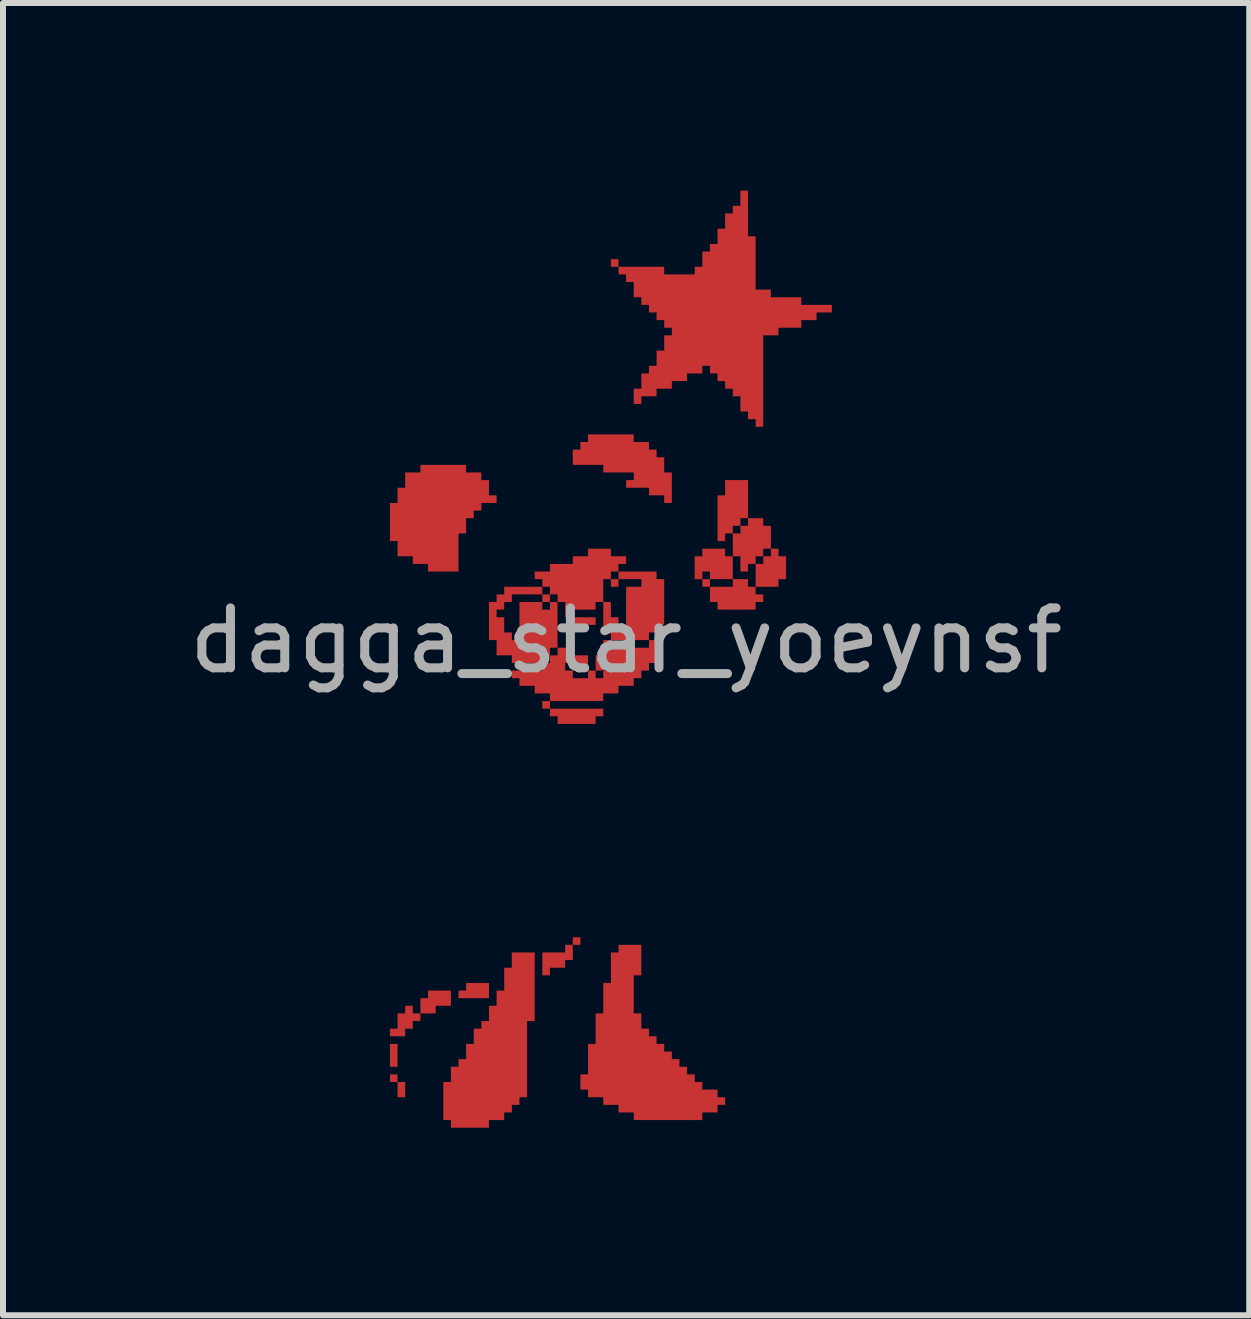
<source format=kicad_pcb>
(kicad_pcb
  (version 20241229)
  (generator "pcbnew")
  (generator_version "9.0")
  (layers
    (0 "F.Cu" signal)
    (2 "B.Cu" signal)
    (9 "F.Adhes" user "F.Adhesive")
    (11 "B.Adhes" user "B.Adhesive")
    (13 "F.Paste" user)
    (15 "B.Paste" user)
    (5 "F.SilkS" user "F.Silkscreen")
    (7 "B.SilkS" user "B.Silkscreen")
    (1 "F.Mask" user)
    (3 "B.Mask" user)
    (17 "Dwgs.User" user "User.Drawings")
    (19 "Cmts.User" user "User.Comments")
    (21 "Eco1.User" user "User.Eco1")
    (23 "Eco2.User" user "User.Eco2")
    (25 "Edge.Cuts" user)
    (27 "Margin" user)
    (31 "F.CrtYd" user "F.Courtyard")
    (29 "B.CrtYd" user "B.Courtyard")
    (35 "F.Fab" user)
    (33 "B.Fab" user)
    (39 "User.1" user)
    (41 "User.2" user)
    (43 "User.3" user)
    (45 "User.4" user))
  (footprint "dagga_star_yoeynsf"
    (layer "F.Cu")
    (at 7.387 8.128)
    (property "Reference" "dagga_star_yoeynsf" (at 0 -0.5 0) (unlocked yes) (layer "F.Fab") (effects (font (size 1 1) (thickness 0.15))))
    (attr smd)
    (fp_poly (pts (xy -3.81 6.604) (xy -3.937 6.604) (xy -3.937 6.223) (xy -3.81 6.223)) (stroke (width 0) (type solid)) (fill yes) (layer "F.Cu"))
    (fp_poly (pts (xy -3.81 6.858) (xy -3.937 6.858) (xy -3.937 6.731) (xy -3.81 6.731)) (stroke (width 0) (type solid)) (fill yes) (layer "F.Cu"))
    (fp_poly (pts (xy -3.683 7.112) (xy -3.81 7.112) (xy -3.81 6.858) (xy -3.683 6.858)) (stroke (width 0) (type solid)) (fill yes) (layer "F.Cu"))
    (fp_poly (pts (xy -1.27 -1.143) (xy -1.397 -1.143) (xy -1.397 -1.27) (xy -1.27 -1.27)) (stroke (width 0) (type solid)) (fill yes) (layer "F.Cu"))
    (fp_poly (pts (xy -1.27 0.635) (xy -1.397 0.635) (xy -1.397 0.508) (xy -1.27 0.508)) (stroke (width 0) (type solid)) (fill yes) (layer "F.Cu"))
    (fp_poly (pts (xy -0.889 -0.635) (xy -1.016 -0.635) (xy -1.016 -0.762) (xy -0.889 -0.762)) (stroke (width 0) (type solid)) (fill yes) (layer "F.Cu"))
    (fp_poly (pts (xy -0.762 4.572) (xy -0.889 4.572) (xy -0.889 4.445) (xy -0.762 4.445)) (stroke (width 0) (type solid)) (fill yes) (layer "F.Cu"))
    (fp_poly (pts (xy -0.508 -0.762) (xy -0.889 -0.762) (xy -0.889 -0.889) (xy -0.508 -0.889)) (stroke (width 0) (type solid)) (fill yes) (layer "F.Cu"))
    (fp_poly (pts (xy -0.127 -1.397) (xy -0.254 -1.397) (xy -0.254 -1.524) (xy -0.127 -1.524)) (stroke (width 0) (type solid)) (fill yes) (layer "F.Cu"))
    (fp_poly (pts (xy 1.397 -1.397) (xy 1.27 -1.397) (xy 1.27 -1.524) (xy 1.397 -1.524)) (stroke (width 0) (type solid)) (fill yes) (layer "F.Cu"))
    (fp_poly (pts (xy -2.286 5.461) (xy -2.794 5.461) (xy -2.794 5.334) (xy -2.667 5.334) (xy -2.667 5.207) (xy -2.286 5.207)) (stroke (width 0) (type solid)) (fill yes) (layer "F.Cu"))
    (fp_poly (pts (xy -2.921 5.588) (xy -3.175 5.588) (xy -3.175 5.715) (xy -3.429 5.715) (xy -3.429 5.461) (xy -3.302 5.461) (xy -3.302 5.334) (xy -2.921 5.334)) (stroke (width 0) (type solid)) (fill yes) (layer "F.Cu"))
    (fp_poly (pts (xy -0.381 0.762) (xy -0.508 0.762) (xy -0.508 0.889) (xy -1.143 0.889) (xy -1.143 0.762) (xy -1.27 0.762) (xy -1.27 0.635) (xy -0.381 0.635)) (stroke (width 0) (type solid)) (fill yes) (layer "F.Cu"))
    (fp_poly (pts (xy -1.016 4.572) (xy -0.889 4.572) (xy -0.889 4.826) (xy -1.016 4.826) (xy -1.016 4.953) (xy -1.27 4.953) (xy -1.27 5.08) (xy -1.397 5.08) (xy -1.397 4.699) (xy -1.206 4.699) (xy -1.016 4.699)) (stroke (width 0) (type solid)) (fill yes) (layer "F.Cu"))
    (fp_poly (pts (xy 1.651 -1.905) (xy 1.778 -1.905) (xy 1.778 -1.524) (xy 1.397 -1.524) (xy 1.397 -1.651) (xy 1.27 -1.651) (xy 1.27 -1.524) (xy 1.143 -1.524) (xy 1.143 -1.905) (xy 1.27 -1.905) (xy 1.27 -2.032) (xy 1.651 -2.032)) (stroke (width 0) (type solid)) (fill yes) (layer "F.Cu"))
    (fp_poly (pts (xy 2.032 -2.54) (xy 1.905 -2.54) (xy 1.905 -2.413) (xy 1.778 -2.413) (xy 1.778 -2.286) (xy 1.651 -2.286) (xy 1.651 -2.159) (xy 1.524 -2.159) (xy 1.524 -2.921) (xy 1.651 -2.921) (xy 1.651 -3.175) (xy 2.032 -3.175)) (stroke (width 0) (type solid)) (fill yes) (layer "F.Cu"))
    (fp_poly (pts (xy 2.54 -1.905) (xy 2.667 -1.905) (xy 2.667 -1.524) (xy 2.54 -1.524) (xy 2.54 -1.397) (xy 2.159 -1.397) (xy 2.159 -1.778) (xy 2.286 -1.778) (xy 2.286 -1.905) (xy 2.413 -1.905) (xy 2.413 -2.032) (xy 2.54 -2.032)) (stroke (width 0) (type solid)) (fill yes) (layer "F.Cu"))
    (fp_poly (pts (xy -3.81 5.715) (xy -3.683 5.715) (xy -3.683 5.588) (xy -3.556 5.588) (xy -3.556 5.715) (xy -3.429 5.715) (xy -3.429 5.842) (xy -3.556 5.842) (xy -3.556 5.969) (xy -3.683 5.969) (xy -3.683 6.096) (xy -3.937 6.096) (xy -3.937 5.969) (xy -3.81 5.969)) (stroke (width 0) (type solid)) (fill yes) (layer "F.Cu"))
    (fp_poly (pts (xy 2.032 -1.397) (xy 2.159 -1.397) (xy 2.159 -1.27) (xy 2.286 -1.27) (xy 2.286 -1.143) (xy 2.159 -1.143) (xy 2.159 -1.016) (xy 1.524 -1.016) (xy 1.524 -1.143) (xy 1.397 -1.143) (xy 1.397 -1.397) (xy 1.778 -1.397) (xy 1.778 -1.524) (xy 2.032 -1.524)) (stroke (width 0) (type solid)) (fill yes) (layer "F.Cu"))
    (fp_poly (pts (xy 1.905 -2.413) (xy 2.032 -2.413) (xy 2.032 -2.54) (xy 2.286 -2.54) (xy 2.286 -2.413) (xy 2.413 -2.413) (xy 2.413 -2.032) (xy 2.286 -2.032) (xy 2.286 -1.905) (xy 2.159 -1.905) (xy 2.159 -1.778) (xy 2.032 -1.778) (xy 2.032 -1.651) (xy 1.905 -1.651) (xy 1.905 -1.905) (xy 1.778 -1.905) (xy 1.778 -2.286) (xy 1.905 -2.286)) (stroke (width 0) (type solid)) (fill yes) (layer "F.Cu"))
    (fp_poly (pts (xy 0.508 -1.524) (xy 0.635 -1.524) (xy 0.635 -0.762) (xy 0.508 -0.762) (xy 0.508 -0.635) (xy 0.381 -0.635) (xy 0.381 -0.508) (xy -0.254 -0.508) (xy -0.254 -0.635) (xy -0.381 -0.635) (xy -0.381 -1.143) (xy -0.254 -1.143) (xy -0.254 -0.889) (xy -0.127 -0.889) (xy -0.127 -0.762) (xy 0 -0.762) (xy 0 -1.397) (xy 0.254 -1.397) (xy 0.254 -1.524) (xy -0.127 -1.524) (xy -0.127 -1.651) (xy 0.508 -1.651)) (stroke (width 0) (type solid)) (fill yes) (layer "F.Cu"))
    (fp_poly (pts (xy 0.127 -3.81) (xy 0.381 -3.81) (xy 0.381 -3.683) (xy 0.508 -3.683) (xy 0.508 -3.556) (xy 0.635 -3.556) (xy 0.635 -3.302) (xy 0.762 -3.302) (xy 0.762 -2.794) (xy 0.635 -2.794) (xy 0.635 -2.921) (xy 0.381 -2.921) (xy 0.381 -3.048) (xy 0 -3.048) (xy 0 -3.175) (xy 0.127 -3.175) (xy 0.127 -3.302) (xy -0.381 -3.302) (xy -0.381 -3.429) (xy -0.889 -3.429) (xy -0.889 -3.683) (xy -0.762 -3.683) (xy -0.762 -3.81) (xy -0.635 -3.81) (xy -0.635 -3.937) (xy 0.127 -3.937)) (stroke (width 0) (type solid)) (fill yes) (layer "F.Cu"))
    (fp_poly (pts (xy -2.667 -3.302) (xy -2.413 -3.302) (xy -2.413 -3.175) (xy -2.286 -3.175) (xy -2.286 -2.921) (xy -2.159 -2.921) (xy -2.159 -2.794) (xy -2.413 -2.794) (xy -2.413 -2.667) (xy -2.54 -2.667) (xy -2.54 -2.54) (xy -2.667 -2.54) (xy -2.667 -2.286) (xy -2.794 -2.286) (xy -2.794 -1.651) (xy -3.302 -1.651) (xy -3.302 -1.778) (xy -3.556 -1.778) (xy -3.556 -1.905) (xy -3.81 -1.905) (xy -3.81 -2.159) (xy -3.937 -2.159) (xy -3.937 -2.794) (xy -3.81 -2.794) (xy -3.81 -3.048) (xy -3.683 -3.048) (xy -3.683 -3.302) (xy -3.429 -3.302) (xy -3.429 -3.429) (xy -2.667 -3.429)) (stroke (width 0) (type solid)) (fill yes) (layer "F.Cu"))
    (fp_poly (pts (xy -1.27 -1.778) (xy -0.889 -1.778) (xy -0.889 -1.905) (xy -0.635 -1.905) (xy -0.635 -2.032) (xy -0.254 -2.032) (xy -0.254 -1.905) (xy 0 -1.905) (xy 0 -1.778) (xy -0.127 -1.778) (xy -0.127 -1.651) (xy -0.254 -1.651) (xy -0.254 -1.524) (xy -0.381 -1.524) (xy -0.381 -1.143) (xy -0.508 -1.143) (xy -0.508 -1.016) (xy -0.889 -1.016) (xy -0.889 -0.889) (xy -1.016 -0.889) (xy -1.016 -1.143) (xy -1.143 -1.143) (xy -1.143 -1.27) (xy -1.27 -1.27) (xy -1.27 -1.397) (xy -1.397 -1.397) (xy -1.397 -1.524) (xy -1.524 -1.524) (xy -1.524 -1.651) (xy -1.27 -1.651)) (stroke (width 0) (type solid)) (fill yes) (layer "F.Cu"))
    (fp_poly (pts (xy -1.397 -1.27) (xy -1.905 -1.27) (xy -1.905 -1.143) (xy -2.032 -1.143) (xy -2.032 -1.016) (xy -2.159 -1.016) (xy -2.159 -0.889) (xy -2.032 -0.889) (xy -2.032 -0.635) (xy -1.905 -0.635) (xy -1.905 -0.508) (xy -1.778 -0.508) (xy -1.778 -1.143) (xy -1.397 -1.143) (xy -1.397 -1.016) (xy -1.27 -1.016) (xy -1.27 -1.143) (xy -1.143 -1.143) (xy -1.143 -0.381) (xy -1.27 -0.381) (xy -1.27 -0.254) (xy -1.397 -0.254) (xy -1.397 -0.127) (xy -1.905 -0.127) (xy -1.905 -0.254) (xy -2.159 -0.254) (xy -2.159 -0.508) (xy -2.286 -0.508) (xy -2.286 -1.143) (xy -2.159 -1.143) (xy -2.159 -1.27) (xy -2.032 -1.27) (xy -2.032 -1.397) (xy -1.397 -1.397)) (stroke (width 0) (type solid)) (fill yes) (layer "F.Cu"))
    (fp_poly (pts (xy -1.524 5.842) (xy -1.651 5.842) (xy -1.651 7.112) (xy -1.778 7.112) (xy -1.778 7.239) (xy -1.905 7.239) (xy -1.905 7.366) (xy -2.032 7.366) (xy -2.032 7.493) (xy -2.286 7.493) (xy -2.286 7.62) (xy -2.921 7.62) (xy -2.921 7.493) (xy -3.048 7.493) (xy -3.048 6.858) (xy -2.921 6.858) (xy -2.921 6.604) (xy -2.794 6.604) (xy -2.794 6.477) (xy -2.667 6.477) (xy -2.667 6.223) (xy -2.54 6.223) (xy -2.54 5.969) (xy -2.413 5.969) (xy -2.413 5.842) (xy -2.286 5.842) (xy -2.286 5.588) (xy -2.159 5.588) (xy -2.159 5.334) (xy -2.032 5.334) (xy -2.032 4.953) (xy -1.905 4.953) (xy -1.905 4.826) (xy -1.905 4.699) (xy -1.524 4.699)) (stroke (width 0) (type solid)) (fill yes) (layer "F.Cu"))
    (fp_poly (pts (xy 0.254 5.08) (xy 0.127 5.08) (xy 0.127 5.715) (xy 0.254 5.715) (xy 0.254 5.969) (xy 0.381 5.969) (xy 0.381 6.096) (xy 0.508 6.096) (xy 0.508 6.16) (xy 0.508 6.223) (xy 0.635 6.223) (xy 0.635 6.35) (xy 0.762 6.35) (xy 0.762 6.477) (xy 0.889 6.477) (xy 0.889 6.604) (xy 1.016 6.604) (xy 1.016 6.731) (xy 1.143 6.731) (xy 1.143 6.858) (xy 1.27 6.858) (xy 1.27 6.985) (xy 1.524 6.985) (xy 1.524 7.112) (xy 1.651 7.112) (xy 1.651 7.239) (xy 1.524 7.239) (xy 1.524 7.366) (xy 1.27 7.366) (xy 1.27 7.493) (xy 0.127 7.493) (xy 0.127 7.366) (xy -0.127 7.366) (xy -0.127 7.239) (xy -0.381 7.239) (xy -0.381 7.112) (xy -0.635 7.112) (xy -0.635 6.985) (xy -0.762 6.985) (xy -0.762 6.731) (xy -0.635 6.731) (xy -0.635 6.223) (xy -0.508 6.223) (xy -0.508 5.715) (xy -0.381 5.715) (xy -0.381 5.207) (xy -0.254 5.207) (xy -0.254 4.699) (xy -0.127 4.699) (xy -0.127 4.572) (xy 0.254 4.572)) (stroke (width 0) (type solid)) (fill yes) (layer "F.Cu"))
    (fp_poly (pts (xy -1.397 -0.127) (xy -1.27 -0.127) (xy -1.27 -0.254) (xy -1.143 -0.254) (xy -1.143 -0.381) (xy -0.889 -0.381) (xy -0.889 -0.254) (xy -0.635 -0.254) (xy -0.635 0) (xy -0.889 0) (xy -0.889 -0.127) (xy -1.016 -0.127) (xy -1.016 0) (xy -0.889 0) (xy -0.889 0.127) (xy -0.635 0.127) (xy -0.635 0) (xy -0.508 0) (xy -0.508 0.127) (xy -0.381 0.127) (xy -0.381 0) (xy -0.254 0) (xy -0.254 -0.127) (xy -0.381 -0.127) (xy -0.381 0) (xy -0.508 0) (xy -0.508 -0.254) (xy -0.381 -0.254) (xy -0.381 -0.508) (xy -0.254 -0.508) (xy -0.254 -0.381) (xy 0.381 -0.381) (xy 0.381 -0.508) (xy 0.508 -0.508) (xy 0.508 -0.127) (xy 0.381 -0.127) (xy 0.381 0) (xy 0.254 0) (xy 0.254 0.127) (xy 0.127 0.127) (xy 0.127 0.254) (xy -0.127 0.254) (xy -0.127 0.381) (xy -0.381 0.381) (xy -0.381 0.508) (xy -1.27 0.508) (xy -1.27 0.381) (xy -1.524 0.381) (xy -1.524 0.254) (xy -1.778 0.254) (xy -1.778 0.127) (xy -1.905 0.127) (xy -1.905 0) (xy -1.397 0)) (stroke (width 0) (type solid)) (fill yes) (layer "F.Cu"))
    (fp_poly (pts (xy 2.032 -7.239) (xy 2.159 -7.239) (xy 2.159 -6.35) (xy 2.413 -6.35) (xy 2.413 -6.223) (xy 2.921 -6.223) (xy 2.921 -6.096) (xy 3.429 -6.096) (xy 3.429 -5.969) (xy 3.175 -5.969) (xy 3.175 -5.842) (xy 2.921 -5.842) (xy 2.921 -5.715) (xy 2.54 -5.715) (xy 2.54 -5.588) (xy 2.286 -5.588) (xy 2.286 -4.064) (xy 2.159 -4.064) (xy 2.159 -4.191) (xy 2.032 -4.191) (xy 2.032 -4.318) (xy 1.905 -4.318) (xy 1.905 -4.572) (xy 1.778 -4.572) (xy 1.778 -4.699) (xy 1.651 -4.699) (xy 1.651 -4.826) (xy 1.524 -4.826) (xy 1.524 -4.953) (xy 1.397 -4.953) (xy 1.397 -5.08) (xy 1.27 -5.08) (xy 1.27 -4.953) (xy 1.016 -4.953) (xy 1.016 -4.826) (xy 0.762 -4.826) (xy 0.762 -4.699) (xy 0.508 -4.699) (xy 0.508 -4.572) (xy 0.254 -4.572) (xy 0.254 -4.445) (xy 0.127 -4.445) (xy 0.127 -4.699) (xy 0.254 -4.699) (xy 0.254 -4.953) (xy 0.381 -4.953) (xy 0.381 -5.08) (xy 0.508 -5.08) (xy 0.508 -5.334) (xy 0.635 -5.334) (xy 0.635 -5.588) (xy 0.762 -5.588) (xy 0.762 -5.715) (xy 0.635 -5.715) (xy 0.635 -5.842) (xy 0.508 -5.842) (xy 0.508 -5.969) (xy 0.381 -5.969) (xy 0.381 -6.096) (xy 0.254 -6.096) (xy 0.254 -6.223) (xy 0.127 -6.223) (xy 0.127 -6.477) (xy 0 -6.477) (xy 0 -6.604) (xy -0.127 -6.604) (xy -0.127 -6.731) (xy -0.254 -6.731) (xy -0.254 -6.858) (xy -0.127 -6.858) (xy -0.127 -6.731) (xy 0.635 -6.731) (xy 0.635 -6.604) (xy 1.143 -6.604) (xy 1.143 -6.731) (xy 1.27 -6.731) (xy 1.27 -6.985) (xy 1.397 -6.985) (xy 1.397 -7.112) (xy 1.524 -7.112) (xy 1.524 -7.366) (xy 1.651 -7.366) (xy 1.651 -7.62) (xy 1.778 -7.62) (xy 1.778 -7.747) (xy 1.905 -7.747) (xy 1.905 -8.001) (xy 2.032 -8.001)) (stroke (width 0) (type solid)) (fill yes) (layer "F.Cu"))
    (fp_poly (pts (xy -3.81 6.604) (xy -3.937 6.604) (xy -3.937 6.223) (xy -3.81 6.223)) (stroke (width 0) (type solid)) (fill yes) (layer "F.Mask"))
    (fp_poly (pts (xy -3.81 6.858) (xy -3.937 6.858) (xy -3.937 6.731) (xy -3.81 6.731)) (stroke (width 0) (type solid)) (fill yes) (layer "F.Mask"))
    (fp_poly (pts (xy -3.683 7.112) (xy -3.81 7.112) (xy -3.81 6.858) (xy -3.683 6.858)) (stroke (width 0) (type solid)) (fill yes) (layer "F.Mask"))
    (fp_poly (pts (xy -2.667 0.635) (xy -2.794 0.635) (xy -2.794 0.254) (xy -2.667 0.254)) (stroke (width 0) (type solid)) (fill yes) (layer "F.Mask"))
    (fp_poly (pts (xy -1.397 -3.556) (xy -1.524 -3.556) (xy -1.524 -3.937) (xy -1.397 -3.937)) (stroke (width 0) (type solid)) (fill yes) (layer "F.Mask"))
    (fp_poly (pts (xy -1.27 -1.778) (xy -1.397 -1.778) (xy -1.397 -1.905) (xy -1.27 -1.905)) (stroke (width 0) (type solid)) (fill yes) (layer "F.Mask"))
    (fp_poly (pts (xy -1.27 -1.143) (xy -1.397 -1.143) (xy -1.397 -1.27) (xy -1.27 -1.27)) (stroke (width 0) (type solid)) (fill yes) (layer "F.Mask"))
    (fp_poly (pts (xy -1.27 0.635) (xy -1.397 0.635) (xy -1.397 0.508) (xy -1.27 0.508)) (stroke (width 0) (type solid)) (fill yes) (layer "F.Mask"))
    (fp_poly (pts (xy -0.889 -0.635) (xy -1.016 -0.635) (xy -1.016 -0.762) (xy -0.889 -0.762)) (stroke (width 0) (type solid)) (fill yes) (layer "F.Mask"))
    (fp_poly (pts (xy -0.762 4.572) (xy -0.889 4.572) (xy -0.889 4.445) (xy -0.762 4.445)) (stroke (width 0) (type solid)) (fill yes) (layer "F.Mask"))
    (fp_poly (pts (xy -0.508 -0.762) (xy -0.889 -0.762) (xy -0.889 -0.889) (xy -0.508 -0.889)) (stroke (width 0) (type solid)) (fill yes) (layer "F.Mask"))
    (fp_poly (pts (xy -0.127 -1.397) (xy -0.254 -1.397) (xy -0.254 -1.524) (xy -0.127 -1.524)) (stroke (width 0) (type solid)) (fill yes) (layer "F.Mask"))
    (fp_poly (pts (xy 0.127 -1.905) (xy 0 -1.905) (xy 0 -2.032) (xy 0.127 -2.032)) (stroke (width 0) (type solid)) (fill yes) (layer "F.Mask"))
    (fp_poly (pts (xy 0.381 1.143) (xy 0.254 1.143) (xy 0.254 1.016) (xy 0.381 1.016)) (stroke (width 0) (type solid)) (fill yes) (layer "F.Mask"))
    (fp_poly (pts (xy 0.508 0.889) (xy 0.381 0.889) (xy 0.381 0.762) (xy 0.508 0.762)) (stroke (width 0) (type solid)) (fill yes) (layer "F.Mask"))
    (fp_poly (pts (xy 0.635 -2.667) (xy 0.508 -2.667) (xy 0.508 -2.794) (xy 0.635 -2.794)) (stroke (width 0) (type solid)) (fill yes) (layer "F.Mask"))
    (fp_poly (pts (xy 1.397 -1.397) (xy 1.27 -1.397) (xy 1.27 -1.524) (xy 1.397 -1.524)) (stroke (width 0) (type solid)) (fill yes) (layer "F.Mask"))
    (fp_poly (pts (xy -2.286 5.461) (xy -2.794 5.461) (xy -2.794 5.334) (xy -2.667 5.334) (xy -2.667 5.207) (xy -2.286 5.207)) (stroke (width 0) (type solid)) (fill yes) (layer "F.Mask"))
    (fp_poly (pts (xy -1.143 -2.032) (xy -1.016 -2.032) (xy -1.016 -1.905) (xy -1.27 -1.905) (xy -1.27 -2.286) (xy -1.143 -2.286)) (stroke (width 0) (type solid)) (fill yes) (layer "F.Mask"))
    (fp_poly (pts (xy -0.889 -3.683) (xy -1.016 -3.683) (xy -1.016 -3.556) (xy -1.143 -3.556) (xy -1.143 -3.683) (xy -1.143 -3.81) (xy -0.889 -3.81)) (stroke (width 0) (type solid)) (fill yes) (layer "F.Mask"))
    (fp_poly (pts (xy -2.921 5.588) (xy -3.175 5.588) (xy -3.175 5.715) (xy -3.429 5.715) (xy -3.429 5.461) (xy -3.302 5.461) (xy -3.302 5.334) (xy -2.921 5.334)) (stroke (width 0) (type solid)) (fill yes) (layer "F.Mask"))
    (fp_poly (pts (xy -0.381 0.762) (xy -0.508 0.762) (xy -0.508 0.889) (xy -1.143 0.889) (xy -1.143 0.762) (xy -1.27 0.762) (xy -1.27 0.635) (xy -0.381 0.635)) (stroke (width 0) (type solid)) (fill yes) (layer "F.Mask"))
    (fp_poly (pts (xy -1.016 4.572) (xy -0.889 4.572) (xy -0.889 4.826) (xy -1.016 4.826) (xy -1.016 4.953) (xy -1.27 4.953) (xy -1.27 5.08) (xy -1.397 5.08) (xy -1.397 4.699) (xy -1.206 4.699) (xy -1.016 4.699)) (stroke (width 0) (type solid)) (fill yes) (layer "F.Mask"))
    (fp_poly (pts (xy -2.159 1.143) (xy -2.032 1.143) (xy -2.032 1.397) (xy -2.159 1.397) (xy -2.159 1.524) (xy -2.286 1.524) (xy -2.286 1.397) (xy -2.413 1.397) (xy -2.413 1.27) (xy -2.54 1.27) (xy -2.54 1.016) (xy -2.159 1.016)) (stroke (width 0) (type solid)) (fill yes) (layer "F.Mask"))
    (fp_poly (pts (xy 1.651 -1.905) (xy 1.778 -1.905) (xy 1.778 -1.524) (xy 1.397 -1.524) (xy 1.397 -1.651) (xy 1.27 -1.651) (xy 1.27 -1.524) (xy 1.143 -1.524) (xy 1.143 -1.905) (xy 1.27 -1.905) (xy 1.27 -2.032) (xy 1.651 -2.032)) (stroke (width 0) (type solid)) (fill yes) (layer "F.Mask"))
    (fp_poly (pts (xy 2.032 -2.54) (xy 1.905 -2.54) (xy 1.905 -2.413) (xy 1.778 -2.413) (xy 1.778 -2.286) (xy 1.651 -2.286) (xy 1.651 -2.159) (xy 1.524 -2.159) (xy 1.524 -2.921) (xy 1.651 -2.921) (xy 1.651 -3.175) (xy 2.032 -3.175)) (stroke (width 0) (type solid)) (fill yes) (layer "F.Mask"))
    (fp_poly (pts (xy 2.54 -1.905) (xy 2.667 -1.905) (xy 2.667 -1.524) (xy 2.54 -1.524) (xy 2.54 -1.397) (xy 2.159 -1.397) (xy 2.159 -1.778) (xy 2.286 -1.778) (xy 2.286 -1.905) (xy 2.413 -1.905) (xy 2.413 -2.032) (xy 2.54 -2.032)) (stroke (width 0) (type solid)) (fill yes) (layer "F.Mask"))
    (fp_poly (pts (xy -3.81 5.715) (xy -3.683 5.715) (xy -3.683 5.588) (xy -3.556 5.588) (xy -3.556 5.715) (xy -3.429 5.715) (xy -3.429 5.842) (xy -3.556 5.842) (xy -3.556 5.969) (xy -3.683 5.969) (xy -3.683 6.096) (xy -3.937 6.096) (xy -3.937 5.969) (xy -3.81 5.969)) (stroke (width 0) (type solid)) (fill yes) (layer "F.Mask"))
    (fp_poly (pts (xy 0.635 1.016) (xy 0.762 1.016) (xy 0.762 1.27) (xy 0.889 1.27) (xy 0.889 1.524) (xy 1.016 1.524) (xy 1.016 1.651) (xy 0.762 1.651) (xy 0.762 1.397) (xy 0.635 1.397) (xy 0.635 1.143) (xy 0.508 1.143) (xy 0.508 0.889) (xy 0.635 0.889)) (stroke (width 0) (type solid)) (fill yes) (layer "F.Mask"))
    (fp_poly (pts (xy 1.524 -0.127) (xy 1.651 -0.127) (xy 1.651 -0.254) (xy 2.032 -0.254) (xy 2.032 -0.381) (xy 2.159 -0.381) (xy 2.159 -0.508) (xy 2.286 -0.508) (xy 2.286 0) (xy 2.159 0) (xy 2.159 0.127) (xy 1.397 0.127) (xy 1.397 0) (xy 1.524 0)) (stroke (width 0) (type solid)) (fill yes) (layer "F.Mask"))
    (fp_poly (pts (xy 2.032 -1.397) (xy 2.159 -1.397) (xy 2.159 -1.27) (xy 2.286 -1.27) (xy 2.286 -1.143) (xy 2.159 -1.143) (xy 2.159 -1.016) (xy 1.524 -1.016) (xy 1.524 -1.143) (xy 1.397 -1.143) (xy 1.397 -1.397) (xy 1.778 -1.397) (xy 1.778 -1.524) (xy 2.032 -1.524)) (stroke (width 0) (type solid)) (fill yes) (layer "F.Mask"))
    (fp_poly (pts (xy -0.508 -2.413) (xy -0.254 -2.413) (xy -0.254 -2.286) (xy -0.127 -2.286) (xy -0.127 -2.159) (xy 0 -2.159) (xy 0 -2.032) (xy -0.254 -2.032) (xy -0.254 -2.159) (xy -0.635 -2.159) (xy -0.635 -2.032) (xy -0.762 -2.032) (xy -0.762 -2.286) (xy -0.635 -2.286) (xy -0.635 -2.54) (xy -0.508 -2.54)) (stroke (width 0) (type solid)) (fill yes) (layer "F.Mask"))
    (fp_poly (pts (xy 0.889 -2.54) (xy 1.016 -2.54) (xy 1.016 -2.413) (xy 1.143 -2.413) (xy 1.143 -2.286) (xy 1.27 -2.286) (xy 1.27 -2.032) (xy 1.016 -2.032) (xy 1.016 -2.286) (xy 0.889 -2.286) (xy 0.889 -2.413) (xy 0.762 -2.413) (xy 0.762 -2.54) (xy 0.635 -2.54) (xy 0.635 -2.667) (xy 0.889 -2.667)) (stroke (width 0) (type solid)) (fill yes) (layer "F.Mask"))
    (fp_poly (pts (xy 1.27 0.635) (xy 1.524 0.635) (xy 1.524 0.762) (xy 2.032 0.762) (xy 2.032 1.016) (xy 1.905 1.016) (xy 1.905 1.143) (xy 1.397 1.143) (xy 1.397 1.016) (xy 1.27 1.016) (xy 1.27 0.889) (xy 1.143 0.889) (xy 1.143 0.635) (xy 1.016 0.635) (xy 1.016 0.508) (xy 1.27 0.508)) (stroke (width 0) (type solid)) (fill yes) (layer "F.Mask"))
    (fp_poly (pts (xy 1.905 -2.413) (xy 2.032 -2.413) (xy 2.032 -2.54) (xy 2.286 -2.54) (xy 2.286 -2.413) (xy 2.413 -2.413) (xy 2.413 -2.032) (xy 2.286 -2.032) (xy 2.286 -1.905) (xy 2.159 -1.905) (xy 2.159 -1.778) (xy 2.032 -1.778) (xy 2.032 -1.651) (xy 1.905 -1.651) (xy 1.905 -1.905) (xy 1.778 -1.905) (xy 1.778 -2.286) (xy 1.905 -2.286)) (stroke (width 0) (type solid)) (fill yes) (layer "F.Mask"))
    (fp_poly (pts (xy -3.429 2.54) (xy -3.302 2.54) (xy -3.302 2.667) (xy -3.175 2.667) (xy -3.175 2.794) (xy -2.54 2.794) (xy -2.54 2.667) (xy -2.413 2.667) (xy -2.413 2.921) (xy -2.54 2.921) (xy -2.54 3.048) (xy -2.667 3.048) (xy -2.667 3.175) (xy -3.302 3.175) (xy -3.302 3.048) (xy -3.429 3.048) (xy -3.429 2.794) (xy -3.556 2.794) (xy -3.556 2.413) (xy -3.429 2.413)) (stroke (width 0) (type solid)) (fill yes) (layer "F.Mask"))
    (fp_poly (pts (xy -3.048 1.651) (xy -2.921 1.651) (xy -2.921 1.778) (xy -2.794 1.778) (xy -2.794 1.905) (xy -2.54 1.905) (xy -2.54 2.032) (xy -2.286 2.032) (xy -2.286 2.159) (xy -2.413 2.159) (xy -2.413 2.413) (xy -2.794 2.413) (xy -2.794 2.286) (xy -3.048 2.286) (xy -3.048 2.159) (xy -3.175 2.159) (xy -3.175 2.032) (xy -3.302 2.032) (xy -3.302 1.524) (xy -3.048 1.524)) (stroke (width 0) (type solid)) (fill yes) (layer "F.Mask"))
    (fp_poly (pts (xy 0.254 1.27) (xy 0.127 1.27) (xy 0.127 1.397) (xy 0 1.397) (xy 0 1.524) (xy -0.254 1.524) (xy -0.254 1.651) (xy -1.524 1.651) (xy -1.524 1.524) (xy -1.778 1.524) (xy -1.778 1.397) (xy -1.651 1.397) (xy -1.651 1.27) (xy -1.524 1.27) (xy -1.524 1.397) (xy -0.254 1.397) (xy -0.254 1.27) (xy 0 1.27) (xy 0 1.143) (xy 0.254 1.143)) (stroke (width 0) (type solid)) (fill yes) (layer "F.Mask"))
    (fp_poly (pts (xy 0.508 -1.524) (xy 0.635 -1.524) (xy 0.635 -0.762) (xy 0.508 -0.762) (xy 0.508 -0.635) (xy 0.381 -0.635) (xy 0.381 -0.508) (xy -0.254 -0.508) (xy -0.254 -0.635) (xy -0.381 -0.635) (xy -0.381 -1.143) (xy -0.254 -1.143) (xy -0.254 -0.889) (xy -0.127 -0.889) (xy -0.127 -0.762) (xy 0 -0.762) (xy 0 -1.397) (xy 0.254 -1.397) (xy 0.254 -1.524) (xy -0.127 -1.524) (xy -0.127 -1.651) (xy 0.508 -1.651)) (stroke (width 0) (type solid)) (fill yes) (layer "F.Mask"))
    (fp_poly (pts (xy -3.175 0.889) (xy -2.921 0.889) (xy -2.921 1.016) (xy -2.794 1.016) (xy -2.794 1.143) (xy -3.048 1.143) (xy -3.048 1.27) (xy -3.175 1.27) (xy -3.175 1.397) (xy -3.302 1.397) (xy -3.302 1.524) (xy -3.429 1.524) (xy -3.429 1.778) (xy -3.556 1.778) (xy -3.556 1.905) (xy -3.683 1.905) (xy -3.683 1.397) (xy -3.556 1.397) (xy -3.556 1.143) (xy -3.429 1.143) (xy -3.429 0.889) (xy -3.302 0.889) (xy -3.302 0.762) (xy -3.175 0.762)) (stroke (width 0) (type solid)) (fill yes) (layer "F.Mask"))
    (fp_poly (pts (xy -2.032 3.429) (xy -1.778 3.429) (xy -1.778 3.556) (xy -1.524 3.556) (xy -1.524 3.683) (xy -1.143 3.683) (xy -1.143 3.81) (xy -0.254 3.81) (xy -0.254 3.937) (xy -0.635 3.937) (xy -0.635 4.064) (xy -0.762 4.064) (xy -0.762 4.191) (xy -0.889 4.191) (xy -0.889 4.445) (xy -1.016 4.445) (xy -1.016 4.572) (xy -2.159 4.572) (xy -2.159 4.445) (xy -2.286 4.445) (xy -2.286 4.191) (xy -2.413 4.191) (xy -2.413 3.302) (xy -2.032 3.302)) (stroke (width 0) (type solid)) (fill yes) (layer "F.Mask"))
    (fp_poly (pts (xy 0.127 -3.81) (xy 0.381 -3.81) (xy 0.381 -3.683) (xy 0.508 -3.683) (xy 0.508 -3.556) (xy 0.635 -3.556) (xy 0.635 -3.302) (xy 0.762 -3.302) (xy 0.762 -2.794) (xy 0.635 -2.794) (xy 0.635 -2.921) (xy 0.381 -2.921) (xy 0.381 -3.048) (xy 0 -3.048) (xy 0 -3.175) (xy 0.127 -3.175) (xy 0.127 -3.302) (xy -0.381 -3.302) (xy -0.381 -3.429) (xy -0.889 -3.429) (xy -0.889 -3.683) (xy -0.762 -3.683) (xy -0.762 -3.81) (xy -0.635 -3.81) (xy -0.635 -3.937) (xy 0.127 -3.937)) (stroke (width 0) (type solid)) (fill yes) (layer "F.Mask"))
    (fp_poly (pts (xy 0.127 3.556) (xy 0.254 3.556) (xy 0.254 3.429) (xy 0.508 3.429) (xy 0.508 3.302) (xy 0.635 3.302) (xy 0.635 3.175) (xy 0.762 3.175) (xy 0.762 3.048) (xy 0.889 3.048) (xy 0.889 2.794) (xy 1.016 2.794) (xy 1.016 2.921) (xy 1.143 2.921) (xy 1.143 4.064) (xy 1.016 4.064) (xy 1.016 4.318) (xy 0.889 4.318) (xy 0.889 4.445) (xy -0.127 4.445) (xy -0.127 4.318) (xy -0.254 4.318) (xy -0.254 3.937) (xy 0 3.937) (xy 0 3.81) (xy -0.254 3.81) (xy -0.254 3.683) (xy 0.127 3.683)) (stroke (width 0) (type solid)) (fill yes) (layer "F.Mask"))
    (fp_poly (pts (xy -3.302 -1.524) (xy -2.794 -1.524) (xy -2.794 -1.397) (xy -2.667 -1.397) (xy -2.667 -1.143) (xy -2.794 -1.143) (xy -2.794 -1.016) (xy -2.921 -1.016) (xy -2.921 -0.635) (xy -3.048 -0.635) (xy -3.048 0.254) (xy -2.921 0.254) (xy -2.921 0.508) (xy -3.048 0.508) (xy -3.048 0.381) (xy -3.175 0.381) (xy -3.175 0.254) (xy -3.302 0.254) (xy -3.302 0.127) (xy -3.429 0.127) (xy -3.429 0) (xy -3.556 0) (xy -3.556 -0.254) (xy -3.683 -0.254) (xy -3.683 -1.016) (xy -3.556 -1.016) (xy -3.556 -1.397) (xy -3.429 -1.397) (xy -3.429 -1.651) (xy -3.302 -1.651)) (stroke (width 0) (type solid)) (fill yes) (layer "F.Mask"))
    (fp_poly (pts (xy -2.667 -3.302) (xy -2.413 -3.302) (xy -2.413 -3.175) (xy -2.286 -3.175) (xy -2.286 -2.921) (xy -2.159 -2.921) (xy -2.159 -2.794) (xy -2.413 -2.794) (xy -2.413 -2.667) (xy -2.54 -2.667) (xy -2.54 -2.54) (xy -2.667 -2.54) (xy -2.667 -2.286) (xy -2.794 -2.286) (xy -2.794 -1.651) (xy -3.302 -1.651) (xy -3.302 -1.778) (xy -3.556 -1.778) (xy -3.556 -1.905) (xy -3.81 -1.905) (xy -3.81 -2.159) (xy -3.937 -2.159) (xy -3.937 -2.794) (xy -3.81 -2.794) (xy -3.81 -3.048) (xy -3.683 -3.048) (xy -3.683 -3.302) (xy -3.429 -3.302) (xy -3.429 -3.429) (xy -2.667 -3.429)) (stroke (width 0) (type solid)) (fill yes) (layer "F.Mask"))
    (fp_poly (pts (xy -1.27 -1.778) (xy -0.889 -1.778) (xy -0.889 -1.905) (xy -0.635 -1.905) (xy -0.635 -2.032) (xy -0.254 -2.032) (xy -0.254 -1.905) (xy 0 -1.905) (xy 0 -1.778) (xy -0.127 -1.778) (xy -0.127 -1.651) (xy -0.254 -1.651) (xy -0.254 -1.524) (xy -0.381 -1.524) (xy -0.381 -1.143) (xy -0.508 -1.143) (xy -0.508 -1.016) (xy -0.889 -1.016) (xy -0.889 -0.889) (xy -1.016 -0.889) (xy -1.016 -1.143) (xy -1.143 -1.143) (xy -1.143 -1.27) (xy -1.27 -1.27) (xy -1.27 -1.397) (xy -1.397 -1.397) (xy -1.397 -1.524) (xy -1.524 -1.524) (xy -1.524 -1.651) (xy -1.27 -1.651)) (stroke (width 0) (type solid)) (fill yes) (layer "F.Mask"))
    (fp_poly (pts (xy 1.143 -0.889) (xy 1.27 -0.889) (xy 1.27 -0.762) (xy 1.397 -0.762) (xy 1.397 -0.508) (xy 1.524 -0.508) (xy 1.524 -0.127) (xy 1.397 -0.127) (xy 1.397 0) (xy 1.27 0) (xy 1.27 -0.381) (xy 1.143 -0.381) (xy 1.143 -0.508) (xy 1.016 -0.508) (xy 1.016 -0.381) (xy 1.143 -0.381) (xy 1.143 0.254) (xy 1.016 0.254) (xy 1.016 0.508) (xy 0.889 0.508) (xy 0.889 0.635) (xy 0.762 0.635) (xy 0.762 0.127) (xy 0.635 0.127) (xy 0.635 -0.762) (xy 0.762 -0.762) (xy 0.762 -0.889) (xy 0.889 -0.889) (xy 0.889 -1.016) (xy 1.143 -1.016)) (stroke (width 0) (type solid)) (fill yes) (layer "F.Mask"))
    (fp_poly (pts (xy -1.397 -1.27) (xy -1.905 -1.27) (xy -1.905 -1.143) (xy -2.032 -1.143) (xy -2.032 -1.016) (xy -2.159 -1.016) (xy -2.159 -0.889) (xy -2.032 -0.889) (xy -2.032 -0.635) (xy -1.905 -0.635) (xy -1.905 -0.508) (xy -1.778 -0.508) (xy -1.778 -1.143) (xy -1.397 -1.143) (xy -1.397 -1.016) (xy -1.27 -1.016) (xy -1.27 -1.143) (xy -1.143 -1.143) (xy -1.143 -0.381) (xy -1.27 -0.381) (xy -1.27 -0.254) (xy -1.397 -0.254) (xy -1.397 -0.127) (xy -1.905 -0.127) (xy -1.905 -0.254) (xy -2.159 -0.254) (xy -2.159 -0.508) (xy -2.286 -0.508) (xy -2.286 -1.143) (xy -2.159 -1.143) (xy -2.159 -1.27) (xy -2.032 -1.27) (xy -2.032 -1.397) (xy -1.397 -1.397)) (stroke (width 0) (type solid)) (fill yes) (layer "F.Mask"))
    (fp_poly (pts (xy -1.524 5.842) (xy -1.651 5.842) (xy -1.651 7.112) (xy -1.778 7.112) (xy -1.778 7.239) (xy -1.905 7.239) (xy -1.905 7.366) (xy -2.032 7.366) (xy -2.032 7.493) (xy -2.286 7.493) (xy -2.286 7.62) (xy -2.921 7.62) (xy -2.921 7.493) (xy -3.048 7.493) (xy -3.048 6.858) (xy -2.921 6.858) (xy -2.921 6.604) (xy -2.794 6.604) (xy -2.794 6.477) (xy -2.667 6.477) (xy -2.667 6.223) (xy -2.54 6.223) (xy -2.54 5.969) (xy -2.413 5.969) (xy -2.413 5.842) (xy -2.286 5.842) (xy -2.286 5.588) (xy -2.159 5.588) (xy -2.159 5.334) (xy -2.032 5.334) (xy -2.032 4.953) (xy -1.905 4.953) (xy -1.905 4.826) (xy -1.905 4.699) (xy -1.524 4.699)) (stroke (width 0) (type solid)) (fill yes) (layer "F.Mask"))
    (fp_poly (pts (xy -1.778 2.286) (xy -1.397 2.286) (xy -1.397 2.413) (xy -0.254 2.413) (xy -0.254 2.286) (xy 0.127 2.286) (xy 0.127 2.032) (xy 0.381 2.032) (xy 0.381 1.905) (xy 0.508 1.905) (xy 0.508 1.778) (xy 0.635 1.778) (xy 0.635 1.651) (xy 0.762 1.651) (xy 0.762 1.905) (xy 0.889 1.905) (xy 0.889 2.159) (xy 0.762 2.159) (xy 0.762 2.413) (xy 0.635 2.413) (xy 0.635 2.54) (xy 0.508 2.54) (xy 0.508 2.667) (xy 0.254 2.667) (xy 0.254 2.794) (xy -0.127 2.794) (xy -0.127 2.921) (xy -0.635 2.921) (xy -0.635 3.048) (xy -1.143 3.048) (xy -1.143 2.921) (xy -1.524 2.921) (xy -1.524 2.794) (xy -1.905 2.794) (xy -1.905 2.667) (xy -2.032 2.667) (xy -2.032 2.54) (xy -2.159 2.54) (xy -2.159 2.159) (xy -1.778 2.159)) (stroke (width 0) (type solid)) (fill yes) (layer "F.Mask"))
    (fp_poly (pts (xy 0.254 5.08) (xy 0.127 5.08) (xy 0.127 5.715) (xy 0.254 5.715) (xy 0.254 5.969) (xy 0.381 5.969) (xy 0.381 6.096) (xy 0.508 6.096) (xy 0.508 6.16) (xy 0.508 6.223) (xy 0.635 6.223) (xy 0.635 6.35) (xy 0.762 6.35) (xy 0.762 6.477) (xy 0.889 6.477) (xy 0.889 6.604) (xy 1.016 6.604) (xy 1.016 6.731) (xy 1.143 6.731) (xy 1.143 6.858) (xy 1.27 6.858) (xy 1.27 6.985) (xy 1.524 6.985) (xy 1.524 7.112) (xy 1.651 7.112) (xy 1.651 7.239) (xy 1.524 7.239) (xy 1.524 7.366) (xy 1.27 7.366) (xy 1.27 7.493) (xy 0.127 7.493) (xy 0.127 7.366) (xy -0.127 7.366) (xy -0.127 7.239) (xy -0.381 7.239) (xy -0.381 7.112) (xy -0.635 7.112) (xy -0.635 6.985) (xy -0.762 6.985) (xy -0.762 6.731) (xy -0.635 6.731) (xy -0.635 6.223) (xy -0.508 6.223) (xy -0.508 5.715) (xy -0.381 5.715) (xy -0.381 5.207) (xy -0.254 5.207) (xy -0.254 4.699) (xy -0.127 4.699) (xy -0.127 4.572) (xy 0.254 4.572)) (stroke (width 0) (type solid)) (fill yes) (layer "F.Mask"))
    (fp_poly (pts (xy -1.397 -0.127) (xy -1.27 -0.127) (xy -1.27 -0.254) (xy -1.143 -0.254) (xy -1.143 -0.381) (xy -0.889 -0.381) (xy -0.889 -0.254) (xy -0.635 -0.254) (xy -0.635 0) (xy -0.889 0) (xy -0.889 -0.127) (xy -1.016 -0.127) (xy -1.016 0) (xy -0.889 0) (xy -0.889 0.127) (xy -0.635 0.127) (xy -0.635 0) (xy -0.508 0) (xy -0.508 0.127) (xy -0.381 0.127) (xy -0.381 0) (xy -0.254 0) (xy -0.254 -0.127) (xy -0.381 -0.127) (xy -0.381 0) (xy -0.508 0) (xy -0.508 -0.254) (xy -0.381 -0.254) (xy -0.381 -0.508) (xy -0.254 -0.508) (xy -0.254 -0.381) (xy 0.381 -0.381) (xy 0.381 -0.508) (xy 0.508 -0.508) (xy 0.508 -0.127) (xy 0.381 -0.127) (xy 0.381 0) (xy 0.254 0) (xy 0.254 0.127) (xy 0.127 0.127) (xy 0.127 0.254) (xy -0.127 0.254) (xy -0.127 0.381) (xy -0.381 0.381) (xy -0.381 0.508) (xy -1.27 0.508) (xy -1.27 0.381) (xy -1.524 0.381) (xy -1.524 0.254) (xy -1.778 0.254) (xy -1.778 0.127) (xy -1.905 0.127) (xy -1.905 0) (xy -1.397 0)) (stroke (width 0) (type solid)) (fill yes) (layer "F.Mask"))
    (fp_poly (pts (xy 2.159 -7.239) (xy 2.286 -7.239) (xy 2.286 -6.477) (xy 2.413 -6.477) (xy 2.413 -6.35) (xy 2.921 -6.35) (xy 2.921 -6.223) (xy 3.429 -6.223) (xy 3.429 -6.096) (xy 3.81 -6.096) (xy 3.81 -5.969) (xy 3.556 -5.969) (xy 3.556 -5.842) (xy 3.175 -5.842) (xy 3.175 -5.715) (xy 2.921 -5.715) (xy 2.921 -5.588) (xy 2.54 -5.588) (xy 2.54 -5.461) (xy 2.413 -5.461) (xy 2.413 -3.937) (xy 2.159 -3.937) (xy 2.159 -4.064) (xy 2.032 -4.064) (xy 2.032 -4.191) (xy 1.905 -4.191) (xy 1.905 -4.318) (xy 1.778 -4.318) (xy 1.778 -4.572) (xy 1.651 -4.572) (xy 1.651 -4.699) (xy 1.524 -4.699) (xy 1.524 -4.826) (xy 1.397 -4.826) (xy 1.397 -4.953) (xy 1.27 -4.953) (xy 1.27 -4.826) (xy 1.016 -4.826) (xy 1.016 -4.699) (xy 0.762 -4.699) (xy 0.762 -4.572) (xy 0.508 -4.572) (xy 0.508 -4.445) (xy 0.254 -4.445) (xy 0.254 -4.318) (xy 0 -4.318) (xy 0 -4.699) (xy 0.127 -4.699) (xy 0.127 -4.953) (xy 0.254 -4.953) (xy 0.254 -5.08) (xy 0.381 -5.08) (xy 0.381 -5.334) (xy 0.508 -5.334) (xy 0.508 -5.588) (xy 0.635 -5.588) (xy 0.635 -5.715) (xy 0.508 -5.715) (xy 0.508 -5.842) (xy 0.381 -5.842) (xy 0.381 -5.969) (xy 0.254 -5.969) (xy 0.254 -6.096) (xy 0.127 -6.096) (xy 0.127 -6.223) (xy 0 -6.223) (xy 0 -6.477) (xy -0.127 -6.477) (xy -0.127 -6.604) (xy -0.254 -6.604) (xy -0.254 -6.731) (xy -0.381 -6.731) (xy -0.381 -6.858) (xy -0.508 -6.858) (xy -0.508 -6.985) (xy -0.127 -6.985) (xy -0.127 -6.858) (xy 0.635 -6.858) (xy 0.635 -6.731) (xy 1.143 -6.731) (xy 1.143 -6.985) (xy 1.27 -6.985) (xy 1.27 -7.112) (xy 1.397 -7.112) (xy 1.397 -7.366) (xy 1.524 -7.366) (xy 1.524 -7.62) (xy 1.651 -7.62) (xy 1.651 -7.747) (xy 1.778 -7.747) (xy 1.778 -8.001) (xy 1.905 -8.001) (xy 1.905 -8.128) (xy 2.159 -8.128)) (stroke (width 0) (type solid)) (fill yes) (layer "F.Mask"))
    (fp_poly (pts (xy -1.778 -3.302) (xy -1.27 -3.302) (xy -1.27 -3.429) (xy -1.143 -3.429) (xy -1.143 -3.302) (xy -0.381 -3.302) (xy -0.381 -3.175) (xy -0.254 -3.175) (xy -0.254 -3.048) (xy -0.381 -3.048) (xy -0.381 -2.921) (xy 0.381 -2.921) (xy 0.381 -2.794) (xy 0.254 -2.794) (xy 0.254 -2.667) (xy 0.508 -2.667) (xy 0.508 -2.603) (xy 0.508 -2.54) (xy 0.635 -2.54) (xy 0.635 -2.413) (xy 0.762 -2.413) (xy 0.762 -2.286) (xy 0.889 -2.286) (xy 0.889 -2.032) (xy 1.016 -2.032) (xy 1.016 -1.778) (xy 0.889 -1.778) (xy 0.889 -1.905) (xy 0.762 -1.905) (xy 0.762 -1.778) (xy 0.889 -1.778) (xy 0.889 -1.524) (xy 1.016 -1.524) (xy 1.016 -1.143) (xy 0.889 -1.143) (xy 0.889 -1.016) (xy 0.762 -1.016) (xy 0.762 -1.524) (xy 0.635 -1.524) (xy 0.635 -1.663) (xy 0.508 -1.651) (xy 0.508 -1.778) (xy 0.254 -1.778) (xy 0.254 -2.032) (xy 0.127 -2.032) (xy 0.127 -2.159) (xy 0 -2.159) (xy 0 -2.286) (xy -0.127 -2.286) (xy -0.127 -2.413) (xy -0.254 -2.413) (xy -0.254 -2.54) (xy -0.508 -2.54) (xy -0.508 -2.667) (xy -0.762 -2.667) (xy -0.762 -2.286) (xy -0.889 -2.286) (xy -0.889 -2.032) (xy -1.016 -2.032) (xy -1.016 -2.286) (xy -1.143 -2.286) (xy -1.143 -2.54) (xy -1.27 -2.54) (xy -1.27 -2.667) (xy -1.397 -2.667) (xy -1.397 -2.794) (xy -1.524 -2.794) (xy -1.524 -2.667) (xy -1.397 -2.667) (xy -1.397 -1.905) (xy -1.524 -1.905) (xy -1.524 -1.651) (xy -1.651 -1.651) (xy -1.651 -1.524) (xy -2.032 -1.524) (xy -2.032 -1.397) (xy -2.286 -1.397) (xy -2.286 -1.778) (xy -2.159 -1.778) (xy -2.159 -2.159) (xy -2.032 -2.159) (xy -2.032 -2.286) (xy -2.159 -2.286) (xy -2.159 -2.159) (xy -2.286 -2.159) (xy -2.286 -1.778) (xy -2.413 -1.778) (xy -2.413 -1.397) (xy -2.286 -1.397) (xy -2.286 -1.143) (xy -2.413 -1.143) (xy -2.413 -0.508) (xy -2.286 -0.508) (xy -2.286 -0.254) (xy -2.159 -0.254) (xy -2.159 -0.127) (xy -2.032 -0.127) (xy -2.032 0.127) (xy -1.905 0.127) (xy -1.905 0.254) (xy -1.778 0.254) (xy -1.778 0.508) (xy -1.651 0.508) (xy -1.651 1.143) (xy -1.778 1.143) (xy -1.778 1.27) (xy -1.905 1.27) (xy -1.905 1.143) (xy -2.032 1.143) (xy -2.032 1.016) (xy -2.159 1.016) (xy -2.159 0.889) (xy -2.413 0.889) (xy -2.413 0.762) (xy -2.54 0.762) (xy -2.54 0.254) (xy -2.667 0.254) (xy -2.667 -0.127) (xy -2.794 -0.127) (xy -2.794 0.254) (xy -2.921 0.254) (xy -2.921 -0.635) (xy -2.794 -0.635) (xy -2.794 -1.016) (xy -2.667 -1.016) (xy -2.667 -1.143) (xy -2.54 -1.143) (xy -2.54 -1.397) (xy -2.667 -1.397) (xy -2.667 -2.286) (xy -2.54 -2.286) (xy -2.54 -2.54) (xy -2.413 -2.54) (xy -2.413 -2.667) (xy -2.159 -2.667) (xy -2.159 -2.794) (xy -1.905 -2.794) (xy -1.905 -2.921) (xy -1.397 -2.921) (xy -1.397 -3.048) (xy -1.905 -3.048) (xy -1.905 -2.921) (xy -2.159 -2.921) (xy -2.159 -3.175) (xy -1.778 -3.175)) (stroke (width 0) (type solid)) (fill yes) (layer "F.Mask"))
    (zone (net_name "") (layer "F.Cu") (hatch edge 0.508) (connect_pads) (min_thickness 0.254) (filled_areas_thickness no) (keepout (tracks allowed) (vias allowed) (pads allowed) (copperpour not_allowed) (footprints allowed)) (placement (enabled no)) (fill) (polygon (pts (xy 9.546 0.889) (xy 9.673 0.889) (xy 9.673 1.651) (xy 9.8 1.651) (xy 9.8 1.778) (xy 10.308 1.778) (xy 10.308 1.905) (xy 10.816 1.905) (xy 10.816 2.032) (xy 11.197 2.032) (xy 11.197 2.159) (xy 10.943 2.159) (xy 10.943 2.286) (xy 10.562 2.286) (xy 10.562 2.413) (xy 10.308 2.413) (xy 10.308 2.54) (xy 9.927 2.54) (xy 9.927 2.667) (xy 9.8 2.667) (xy 9.8 4.191) (xy 9.546 4.191) (xy 9.546 4.064) (xy 9.419 4.064) (xy 9.419 3.937) (xy 9.292 3.937) (xy 9.292 3.81) (xy 9.165 3.81) (xy 9.165 3.556) (xy 9.038 3.556) (xy 9.038 3.429) (xy 8.911 3.429) (xy 8.911 3.302) (xy 8.784 3.302) (xy 8.784 3.175) (xy 8.657 3.175) (xy 8.657 3.302) (xy 8.403 3.302) (xy 8.403 3.429) (xy 8.149 3.429) (xy 8.149 3.556) (xy 7.895 3.556) (xy 7.895 3.683) (xy 7.641 3.683) (xy 7.641 3.81) (xy 7.387 3.81) (xy 7.387 3.429) (xy 7.514 3.429) (xy 7.514 3.175) (xy 7.641 3.175) (xy 7.641 3.048) (xy 7.768 3.048) (xy 7.768 2.794) (xy 7.895 2.794) (xy 7.895 2.54) (xy 8.022 2.54) (xy 8.022 2.413) (xy 7.895 2.413) (xy 7.895 2.286) (xy 7.768 2.286) (xy 7.768 2.159) (xy 7.641 2.159) (xy 7.641 2.032) (xy 7.514 2.032) (xy 7.514 1.905) (xy 7.387 1.905) (xy 7.387 1.651) (xy 7.26 1.651) (xy 7.26 1.524) (xy 7.133 1.524) (xy 7.133 1.397) (xy 7.006 1.397) (xy 7.006 1.27) (xy 6.879 1.27) (xy 6.879 1.143) (xy 7.26 1.143) (xy 7.26 1.27) (xy 8.022 1.27) (xy 8.022 1.397) (xy 8.53 1.397) (xy 8.53 1.143) (xy 8.657 1.143) (xy 8.657 1.016) (xy 8.784 1.016) (xy 8.784 0.762) (xy 8.911 0.762) (xy 8.911 0.508) (xy 9.038 0.508) (xy 9.038 0.381) (xy 9.165 0.381) (xy 9.165 0.127) (xy 9.292 0.127) (xy 9.292 0) (xy 9.546 0))))
    (zone (net_name "") (layers "F.Cu" "F.Mask") (hatch edge 0.508) (connect_pads) (min_thickness 0.254) (filled_areas_thickness no) (keepout (tracks allowed) (vias allowed) (pads allowed) (copperpour not_allowed) (footprints allowed)) (placement (enabled no)) (fill) (polygon (pts (xy 6.117 4.318) (xy 6.244 4.318) (xy 6.244 4.191) (xy 6.498 4.191) (xy 6.498 4.318) (xy 6.625 4.318) (xy 6.625 4.191) (xy 6.752 4.191) (xy 6.752 4.064) (xy 7.514 4.064) (xy 7.514 4.191) (xy 7.768 4.191) (xy 7.768 4.318) (xy 7.895 4.318) (xy 7.895 4.445) (xy 8.022 4.445) (xy 8.022 4.572) (xy 8.149 4.572) (xy 8.149 4.826) (xy 8.276 4.826) (xy 8.276 5.461) (xy 8.403 5.461) (xy 8.403 5.588) (xy 8.53 5.588) (xy 8.53 5.715) (xy 8.657 5.715) (xy 8.657 5.842) (xy 8.784 5.842) (xy 8.784 5.207) (xy 8.911 5.207) (xy 8.911 4.953) (xy 9.038 4.953) (xy 9.038 4.826) (xy 9.419 4.826) (xy 9.419 4.953) (xy 9.546 4.953) (xy 9.546 5.461) (xy 9.673 5.461) (xy 9.673 5.588) (xy 9.8 5.588) (xy 9.8 5.715) (xy 9.927 5.715) (xy 9.927 6.096) (xy 10.054 6.096) (xy 10.054 6.223) (xy 10.181 6.223) (xy 10.181 6.604) (xy 10.054 6.604) (xy 10.054 6.731) (xy 9.927 6.731) (xy 9.927 6.858) (xy 9.8 6.858) (xy 9.8 6.985) (xy 9.673 6.985) (xy 9.673 7.112) (xy 9.8 7.112) (xy 9.8 7.239) (xy 9.8 7.493) (xy 9.673 7.493) (xy 9.673 7.62) (xy 9.8 7.62) (xy 9.8 8.636) (xy 9.673 8.636) (xy 9.673 8.89) (xy 9.546 8.89) (xy 9.546 9.144) (xy 9.419 9.144) (xy 9.419 9.271) (xy 9.292 9.271) (xy 9.292 9.398) (xy 9.165 9.398) (xy 9.165 9.525) (xy 9.038 9.525) (xy 9.038 9.652) (xy 8.784 9.652) (xy 8.784 9.779) (xy 8.53 9.779) (xy 8.53 9.906) (xy 8.276 9.906) (xy 8.276 10.033) (xy 8.403 10.033) (xy 8.403 10.668) (xy 8.53 10.668) (xy 8.53 11.049) (xy 8.657 11.049) (xy 8.657 12.192) (xy 8.53 12.192) (xy 8.53 12.446) (xy 8.403 12.446) (xy 8.403 12.573) (xy 8.276 12.573) (xy 8.276 12.7) (xy 7.768 12.7) (xy 7.768 13.208) (xy 7.641 13.208) (xy 7.641 13.843) (xy 7.768 13.843) (xy 7.768 14.097) (xy 7.895 14.097) (xy 7.895 14.224) (xy 8.022 14.224) (xy 8.022 14.351) (xy 8.149 14.351) (xy 8.149 14.478) (xy 8.276 14.478) (xy 8.276 14.605) (xy 8.403 14.605) (xy 8.403 14.732) (xy 8.53 14.732) (xy 8.53 14.859) (xy 8.657 14.859) (xy 8.657 14.986) (xy 8.911 14.986) (xy 8.911 15.113) (xy 9.038 15.113) (xy 9.038 15.24) (xy 9.165 15.24) (xy 9.165 15.367) (xy 9.038 15.367) (xy 9.038 15.494) (xy 8.911 15.494) (xy 8.911 15.621) (xy 8.657 15.621) (xy 8.657 15.748) (xy 7.514 15.748) (xy 7.514 15.621) (xy 7.26 15.621) (xy 7.26 15.494) (xy 7.006 15.494) (xy 7.006 15.367) (xy 6.752 15.367) (xy 6.752 15.24) (xy 6.625 15.24) (xy 6.625 15.113) (xy 6.498 15.113) (xy 6.498 14.859) (xy 6.625 14.859) (xy 6.625 14.351) (xy 6.752 14.351) (xy 6.752 13.843) (xy 6.879 13.843) (xy 6.879 13.335) (xy 7.006 13.335) (xy 7.006 12.827) (xy 7.133 12.827) (xy 7.133 12.446) (xy 7.006 12.446) (xy 7.006 12.192) (xy 6.752 12.192) (xy 6.752 12.7) (xy 6.625 12.7) (xy 6.625 12.954) (xy 6.498 12.954) (xy 6.498 13.081) (xy 6.371 13.081) (xy 6.371 13.208) (xy 6.117 13.208) (xy 6.117 13.335) (xy 5.99 13.335) (xy 5.99 13.97) (xy 5.863 13.97) (xy 5.863 15.24) (xy 5.736 15.24) (xy 5.736 15.367) (xy 5.609 15.367) (xy 5.609 15.494) (xy 5.482 15.494) (xy 5.482 15.621) (xy 5.355 15.621) (xy 5.355 15.748) (xy 5.101 15.748) (xy 5.101 15.875) (xy 4.466 15.875) (xy 4.466 15.748) (xy 4.339 15.748) (xy 4.339 15.621) (xy 4.212 15.621) (xy 4.212 14.986) (xy 4.339 14.986) (xy 4.339 14.732) (xy 4.466 14.732) (xy 4.466 14.605) (xy 4.593 14.605) (xy 4.593 14.351) (xy 4.72 14.351) (xy 4.72 14.097) (xy 4.847 14.097) (xy 4.847 13.97) (xy 4.974 13.97) (xy 4.974 13.716) (xy 4.593 13.716) (xy 4.593 13.843) (xy 4.212 13.843) (xy 4.212 13.97) (xy 3.958 13.97) (xy 3.958 14.097) (xy 3.831 14.097) (xy 3.831 14.351) (xy 3.704 14.351) (xy 3.704 14.986) (xy 3.831 14.986) (xy 3.831 15.494) (xy 3.704 15.494) (xy 3.704 15.367) (xy 3.577 15.367) (xy 3.577 15.24) (xy 3.45 15.24) (xy 3.45 14.986) (xy 3.323 14.986) (xy 3.323 14.097) (xy 3.45 14.097) (xy 3.45 13.843) (xy 3.577 13.843) (xy 3.577 13.716) (xy 3.704 13.716) (xy 3.704 13.589) (xy 3.831 13.589) (xy 3.831 13.462) (xy 4.085 13.462) (xy 4.085 13.335) (xy 4.72 13.335) (xy 4.72 13.208) (xy 5.228 13.208) (xy 5.228 13.081) (xy 5.355 13.081) (xy 5.355 12.827) (xy 5.228 12.827) (xy 5.228 12.7) (xy 5.101 12.7) (xy 5.101 12.573) (xy 4.974 12.573) (xy 4.974 12.319) (xy 4.847 12.319) (xy 4.847 11.557) (xy 4.466 11.557) (xy 4.466 11.43) (xy 4.085 11.43) (xy 4.085 11.303) (xy 3.958 11.303) (xy 3.958 11.176) (xy 3.831 11.176) (xy 3.831 10.922) (xy 3.704 10.922) (xy 3.704 10.033) (xy 3.577 10.033) (xy 3.577 9.525) (xy 3.704 9.525) (xy 3.704 9.271) (xy 3.831 9.271) (xy 3.831 9.017) (xy 3.958 9.017) (xy 3.958 8.89) (xy 4.085 8.89) (xy 4.085 8.636) (xy 4.212 8.636) (xy 4.212 8.509) (xy 4.085 8.509) (xy 4.085 8.382) (xy 3.958 8.382) (xy 3.958 8.255) (xy 3.831 8.255) (xy 3.831 8.128) (xy 3.704 8.128) (xy 3.704 7.874) (xy 3.552 7.874) (xy 3.552 7.112) (xy 3.704 7.112) (xy 3.704 6.731) (xy 3.831 6.731) (xy 3.831 6.35) (xy 3.577 6.35) (xy 3.577 6.223) (xy 3.45 6.223) (xy 3.45 5.969) (xy 3.323 5.969) (xy 3.323 5.334) (xy 3.45 5.334) (xy 3.45 5.08) (xy 3.577 5.08) (xy 3.577 4.826) (xy 3.704 4.826) (xy 3.704 4.699) (xy 3.958 4.699) (xy 3.958 4.572) (xy 4.72 4.572) (xy 4.72 4.699) (xy 4.974 4.699) (xy 4.974 4.826) (xy 5.101 4.826) (xy 5.101 4.953) (xy 5.228 4.953) (xy 5.228 4.826) (xy 5.609 4.826) (xy 5.609 4.699) (xy 5.863 4.699) (xy 5.863 4.572) (xy 5.736 4.572) (xy 5.736 4.191) (xy 5.863 4.191) (xy 5.863 4.064) (xy 5.99 4.064) (xy 5.99 3.937) (xy 6.117 3.937)))))
  (gr_rect
    (start -3 -3)
    (end 17.774 18.875)
    (stroke (width 0.1) (type default))
    (fill no)
    (layer "Edge.Cuts")))
</source>
